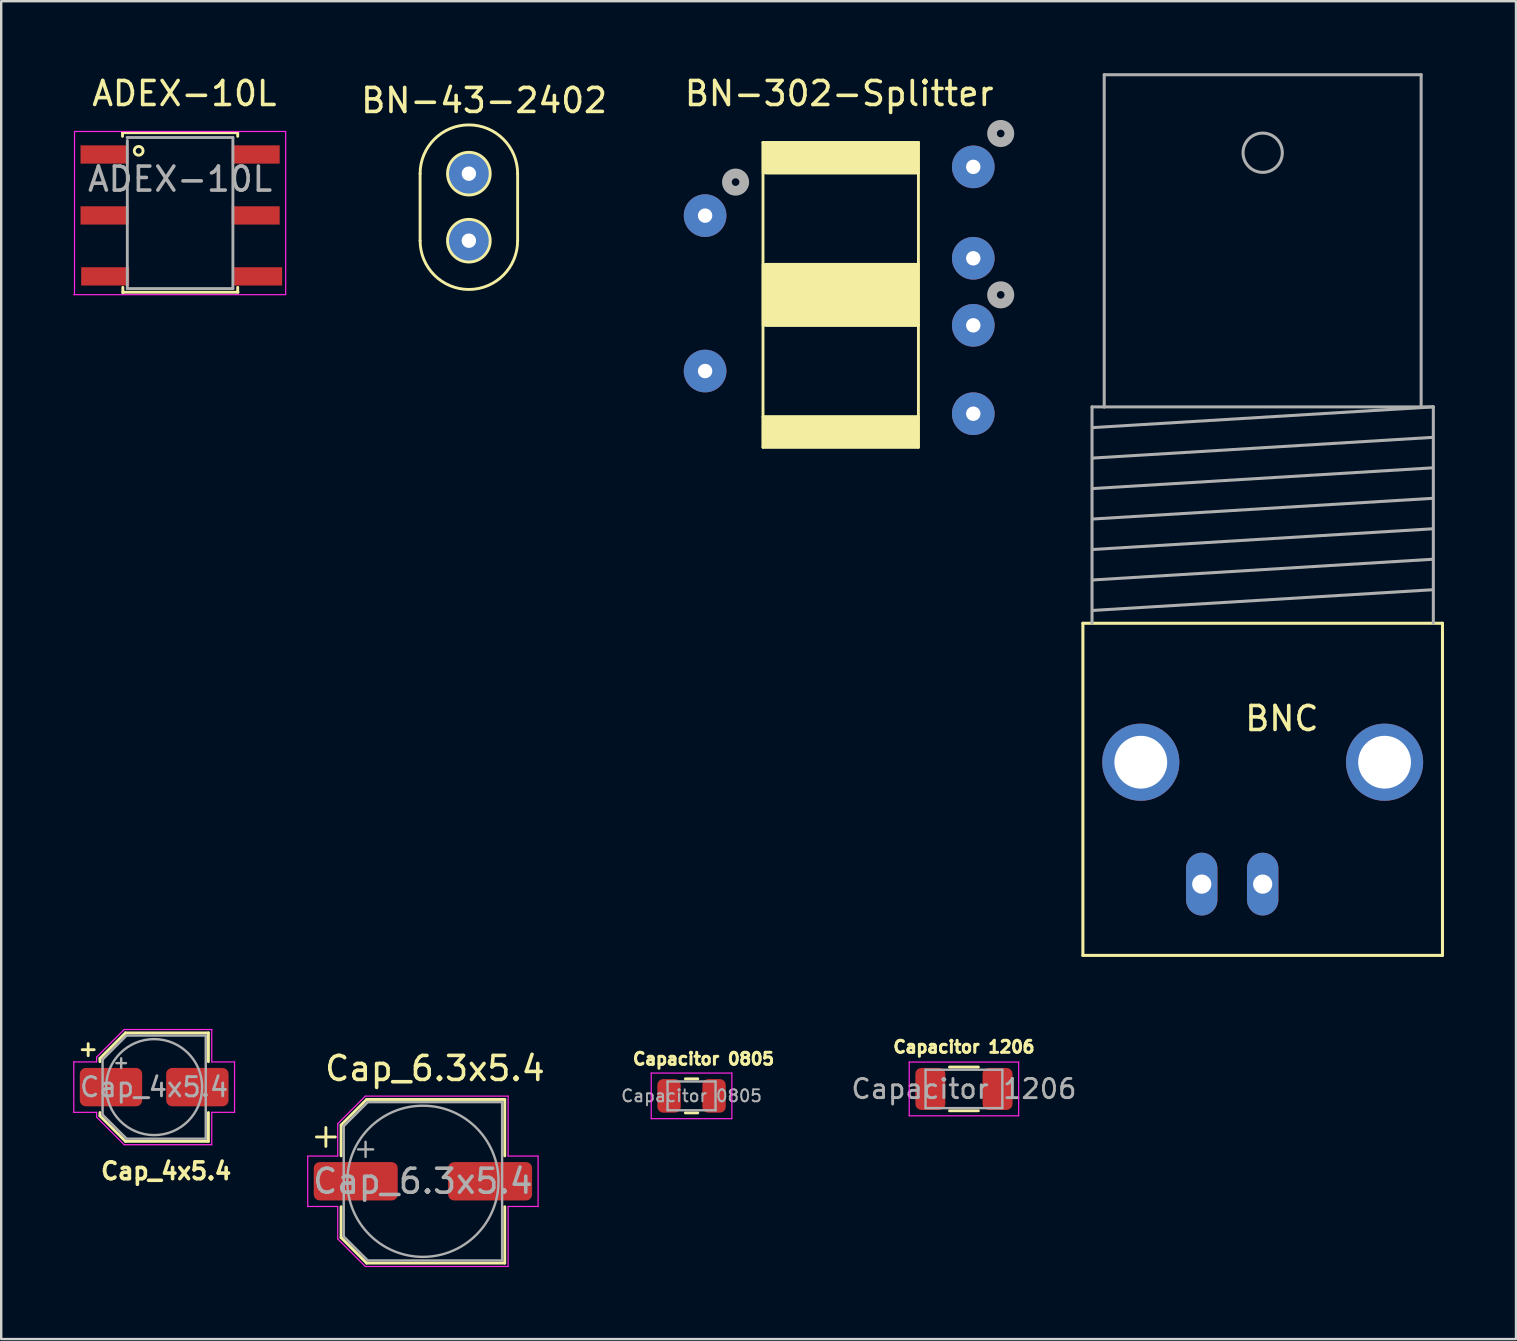
<source format=kicad_pcb>
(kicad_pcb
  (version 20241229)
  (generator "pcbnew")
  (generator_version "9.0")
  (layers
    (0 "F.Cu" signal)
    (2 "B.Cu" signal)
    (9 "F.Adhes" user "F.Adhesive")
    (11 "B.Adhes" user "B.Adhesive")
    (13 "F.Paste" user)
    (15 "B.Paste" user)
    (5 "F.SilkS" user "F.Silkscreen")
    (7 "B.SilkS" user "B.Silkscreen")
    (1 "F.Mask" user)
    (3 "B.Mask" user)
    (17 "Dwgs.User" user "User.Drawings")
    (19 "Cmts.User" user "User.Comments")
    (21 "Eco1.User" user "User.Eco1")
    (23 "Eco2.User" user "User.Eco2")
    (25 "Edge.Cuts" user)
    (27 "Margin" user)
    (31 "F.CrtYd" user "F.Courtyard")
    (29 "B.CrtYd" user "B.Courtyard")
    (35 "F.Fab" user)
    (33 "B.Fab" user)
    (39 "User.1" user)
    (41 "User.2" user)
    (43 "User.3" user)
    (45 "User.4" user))
  (footprint "Cap_4x5.4"
    (layer "F.Cu")
    (at 3.375 41.755)
    (property "Reference" "Cap_4x5.4" (at 0.5 4 0) (layer "F.SilkS") (effects (font (size 0.7 0.7) (thickness 0.15))))
    (attr through_hole)
    (fp_line (start -3 -1.06) (end -2.5 -1.06) (stroke (width 0.12) (type solid)) (layer "F.SilkS"))
    (fp_line (start -2.75 -1.31) (end -2.75 -0.81) (stroke (width 0.12) (type solid)) (layer "F.SilkS"))
    (fp_line (start -2.26 -0.696) (end -2.26 -0.56) (stroke (width 0.12) (type solid)) (layer "F.SilkS"))
    (fp_line (start -2.26 -0.696) (end -1.196 -1.76) (stroke (width 0.12) (type solid)) (layer "F.SilkS"))
    (fp_line (start -2.26 1.696) (end -2.26 1.56) (stroke (width 0.12) (type solid)) (layer "F.SilkS"))
    (fp_line (start -2.26 1.696) (end -1.196 2.76) (stroke (width 0.12) (type solid)) (layer "F.SilkS"))
    (fp_line (start -1.196 -1.76) (end 2.26 -1.76) (stroke (width 0.12) (type solid)) (layer "F.SilkS"))
    (fp_line (start -1.196 2.76) (end 2.26 2.76) (stroke (width 0.12) (type solid)) (layer "F.SilkS"))
    (fp_line (start 2.26 -1.76) (end 2.26 -0.56) (stroke (width 0.12) (type solid)) (layer "F.SilkS"))
    (fp_line (start 2.26 2.76) (end 2.26 1.56) (stroke (width 0.12) (type solid)) (layer "F.SilkS"))
    (fp_line (start -3.35 -0.55) (end -3.35 1.55) (stroke (width 0.05) (type solid)) (layer "F.CrtYd"))
    (fp_line (start -3.35 1.55) (end -2.4 1.55) (stroke (width 0.05) (type solid)) (layer "F.CrtYd"))
    (fp_line (start -2.4 -0.75) (end -2.4 -0.55) (stroke (width 0.05) (type solid)) (layer "F.CrtYd"))
    (fp_line (start -2.4 -0.75) (end -1.25 -1.9) (stroke (width 0.05) (type solid)) (layer "F.CrtYd"))
    (fp_line (start -2.4 -0.55) (end -3.35 -0.55) (stroke (width 0.05) (type solid)) (layer "F.CrtYd"))
    (fp_line (start -2.4 1.55) (end -2.4 1.75) (stroke (width 0.05) (type solid)) (layer "F.CrtYd"))
    (fp_line (start -2.4 1.75) (end -1.25 2.9) (stroke (width 0.05) (type solid)) (layer "F.CrtYd"))
    (fp_line (start -1.25 -1.9) (end 2.4 -1.9) (stroke (width 0.05) (type solid)) (layer "F.CrtYd"))
    (fp_line (start -1.25 2.9) (end 2.4 2.9) (stroke (width 0.05) (type solid)) (layer "F.CrtYd"))
    (fp_line (start 2.4 -1.9) (end 2.4 -0.55) (stroke (width 0.05) (type solid)) (layer "F.CrtYd"))
    (fp_line (start 2.4 -0.55) (end 3.35 -0.55) (stroke (width 0.05) (type solid)) (layer "F.CrtYd"))
    (fp_line (start 2.4 1.55) (end 2.4 2.9) (stroke (width 0.05) (type solid)) (layer "F.CrtYd"))
    (fp_line (start 3.35 -0.55) (end 3.35 1.55) (stroke (width 0.05) (type solid)) (layer "F.CrtYd"))
    (fp_line (start 3.35 1.55) (end 2.4 1.55) (stroke (width 0.05) (type solid)) (layer "F.CrtYd"))
    (fp_line (start -2.15 -0.65) (end -2.15 1.65) (stroke (width 0.1) (type solid)) (layer "F.Fab"))
    (fp_line (start -2.15 -0.65) (end -1.15 -1.65) (stroke (width 0.1) (type solid)) (layer "F.Fab"))
    (fp_line (start -2.15 1.65) (end -1.15 2.65) (stroke (width 0.1) (type solid)) (layer "F.Fab"))
    (fp_line (start -1.575 -0.5) (end -1.175 -0.5) (stroke (width 0.1) (type solid)) (layer "F.Fab"))
    (fp_line (start -1.375 -0.7) (end -1.375 -0.3) (stroke (width 0.1) (type solid)) (layer "F.Fab"))
    (fp_line (start -1.15 -1.65) (end 2.15 -1.65) (stroke (width 0.1) (type solid)) (layer "F.Fab"))
    (fp_line (start -1.15 2.65) (end 2.15 2.65) (stroke (width 0.1) (type solid)) (layer "F.Fab"))
    (fp_line (start 2.15 -1.65) (end 2.15 2.65) (stroke (width 0.1) (type solid)) (layer "F.Fab"))
    (fp_circle (center 0 0.5) (end 2 0.5) (stroke (width 0.1) (type solid)) (fill no) (layer "F.Fab"))
    (fp_text user "${REFERENCE}" (at 0 0.5 0) (layer "F.Fab") (effects (font (size 0.8 0.8) (thickness 0.12))))
    (pad "1" smd roundrect (at -1.8 0.5) (size 2.6 1.6) (layers "F.Cu" "F.Mask" "F.Paste") (roundrect_rratio 0.156))
    (pad "2" smd roundrect (at 1.8 0.5) (size 2.6 1.6) (layers "F.Cu" "F.Mask" "F.Paste") (roundrect_rratio 0.156)))
  (footprint "BN-43-2402"
    (layer "F.Cu")
    (at 16.49 0.25)
    (property "Reference" "BN-43-2402" (at 0.635 0.889 0) (layer "F.SilkS") (effects (font (size 1 1) (thickness 0.15))))
    (attr through_hole)
    (fp_line (start -2.032 3.937) (end -2.032 6.731) (stroke (width 0.12) (type solid)) (layer "F.SilkS"))
    (fp_line (start 2.032 3.937) (end 2.032 6.731) (stroke (width 0.12) (type solid)) (layer "F.SilkS"))
    (fp_arc (start -2.032 3.937) (mid 0 1.905) (end 2.032 3.937) (stroke (width 0.12) (type solid)) (layer "F.SilkS"))
    (fp_arc (start 2.032 6.731) (mid 0 8.763) (end -2.032 6.731) (stroke (width 0.12) (type solid)) (layer "F.SilkS"))
    (fp_circle (center 0 3.937) (end 0.889 3.937) (stroke (width 0.12) (type solid)) (fill no) (layer "F.SilkS"))
    (fp_circle (center 0 6.731) (end 0.889 6.731) (stroke (width 0.12) (type solid)) (fill no) (layer "F.SilkS"))
    (pad "1" thru_hole circle (at 0 3.937) (size 1.778 1.778) (drill 0.6) (layers "*.Cu" "*.Mask"))
    (pad "2" thru_hole circle (at 0 6.731) (size 1.778 1.778) (drill 0.6) (layers "*.Cu" "*.Mask")))
  (footprint "Capacitor 0805"
    (layer "F.Cu")
    (at 25.77 40.08)
    (property "Reference" "Capacitor 0805" (at 0.5 1 0) (layer "F.SilkS") (effects (font (size 0.5 0.5) (thickness 0.125))))
    (attr through_hole)
    (fp_line (start -0.259 1.83) (end 0.259 1.83) (stroke (width 0.12) (type solid)) (layer "F.SilkS"))
    (fp_line (start -0.259 3.25) (end 0.259 3.25) (stroke (width 0.12) (type solid)) (layer "F.SilkS"))
    (fp_line (start -1.68 1.59) (end 1.68 1.59) (stroke (width 0.05) (type solid)) (layer "F.CrtYd"))
    (fp_line (start -1.68 3.49) (end -1.68 1.59) (stroke (width 0.05) (type solid)) (layer "F.CrtYd"))
    (fp_line (start 1.68 1.59) (end 1.68 3.49) (stroke (width 0.05) (type solid)) (layer "F.CrtYd"))
    (fp_line (start 1.68 3.49) (end -1.68 3.49) (stroke (width 0.05) (type solid)) (layer "F.CrtYd"))
    (fp_line (start -1 1.94) (end 1 1.94) (stroke (width 0.1) (type solid)) (layer "F.Fab"))
    (fp_line (start -1 3.14) (end -1 1.94) (stroke (width 0.1) (type solid)) (layer "F.Fab"))
    (fp_line (start 1 1.94) (end 1 3.14) (stroke (width 0.1) (type solid)) (layer "F.Fab"))
    (fp_line (start 1 3.14) (end -1 3.14) (stroke (width 0.1) (type solid)) (layer "F.Fab"))
    (fp_text user "${REFERENCE}" (at 0 2.54 0) (layer "F.Fab") (effects (font (size 0.5 0.5) (thickness 0.08))))
    (pad "1" smd roundrect (at -0.938 2.54) (size 0.975 1.4) (layers "F.Cu" "F.Mask" "F.Paste") (roundrect_rratio 0.25))
    (pad "2" smd roundrect (at 0.938 2.54) (size 0.975 1.4) (layers "F.Cu" "F.Mask" "F.Paste") (roundrect_rratio 0.25)))
  (footprint "BNC"
    (layer "F.Cu")
    (at 49.672 29.895)
    (property "Reference" "BNC" (at 0.7 -3 0) (layer "F.SilkS") (effects (font (size 1 1) (thickness 0.15))))
    (attr through_hole)
    (fp_line (start -7.593 -6.971) (end -7.593 6.872) (stroke (width 0.127) (type solid)) (layer "F.SilkS"))
    (fp_line (start -7.593 6.872) (end 7.393 6.872) (stroke (width 0.127) (type solid)) (layer "F.SilkS"))
    (fp_line (start 7.393 -6.971) (end -7.593 -6.971) (stroke (width 0.127) (type solid)) (layer "F.SilkS"))
    (fp_line (start 7.393 6.872) (end 7.393 -6.971) (stroke (width 0.127) (type solid)) (layer "F.SilkS"))
    (fp_line (start -7.212 -15.988) (end -6.704 -15.988) (stroke (width 0.127) (type solid)) (layer "F.Fab"))
    (fp_line (start -7.212 -6.971) (end -7.212 -15.988) (stroke (width 0.127) (type solid)) (layer "F.Fab"))
    (fp_line (start -7.187 -15.125) (end 6.987 -15.988) (stroke (width 0.127) (type solid)) (layer "F.Fab"))
    (fp_line (start -7.187 -13.855) (end 6.987 -14.718) (stroke (width 0.127) (type solid)) (layer "F.Fab"))
    (fp_line (start -7.187 -12.585) (end 6.987 -13.448) (stroke (width 0.127) (type solid)) (layer "F.Fab"))
    (fp_line (start -7.187 -11.315) (end 6.987 -12.178) (stroke (width 0.127) (type solid)) (layer "F.Fab"))
    (fp_line (start -7.187 -10.045) (end 6.987 -10.908) (stroke (width 0.127) (type solid)) (layer "F.Fab"))
    (fp_line (start -7.187 -8.775) (end 6.987 -9.638) (stroke (width 0.127) (type solid)) (layer "F.Fab"))
    (fp_line (start -7.187 -7.505) (end 6.987 -8.368) (stroke (width 0.127) (type solid)) (layer "F.Fab"))
    (fp_line (start -6.704 -29.831) (end -6.704 -15.988) (stroke (width 0.127) (type solid)) (layer "F.Fab"))
    (fp_line (start -6.704 -15.988) (end 6.504 -15.988) (stroke (width 0.127) (type solid)) (layer "F.Fab"))
    (fp_line (start 6.504 -29.831) (end -6.704 -29.831) (stroke (width 0.127) (type solid)) (layer "F.Fab"))
    (fp_line (start 6.504 -15.988) (end 6.504 -29.831) (stroke (width 0.127) (type solid)) (layer "F.Fab"))
    (fp_line (start 6.504 -15.988) (end 6.987 -15.988) (stroke (width 0.127) (type solid)) (layer "F.Fab"))
    (fp_line (start 6.987 -15.988) (end 7.012 -15.988) (stroke (width 0.127) (type solid)) (layer "F.Fab"))
    (fp_line (start 7.012 -15.988) (end 7.012 -6.971) (stroke (width 0.127) (type solid)) (layer "F.Fab"))
    (fp_circle (center -0.1 -26.58) (end 0.718 -26.58) (stroke (width 0.127) (type solid)) (fill no) (layer "F.Fab"))
    (pad "3" thru_hole circle (at -5.18 -1.18) (size 3.216 3.216) (drill 2.2) (layers "*.Cu" "*.Mask"))
    (pad "4" thru_hole circle (at 4.98 -1.18) (size 3.216 3.216) (drill 2.2) (layers "*.Cu" "*.Mask"))
    (pad "GND" thru_hole oval (at -2.64 3.9 90) (size 2.616 1.308) (drill 0.8) (layers "*.Cu" "*.Mask"))
    (pad "S" thru_hole oval (at -0.1 3.9 90) (size 2.616 1.308) (drill 0.8) (layers "*.Cu" "*.Mask")))
  (footprint "ADEX-10L"
    (layer "F.Cu")
    (at 4.634 2.118)
    (property "Reference" "ADEX-10L" (at 0 -1.27 0) (layer "F.SilkS") (effects (font (size 1 1) (thickness 0.15))))
    (attr through_hole)
    (fp_line (start -2.578 0.362) (end 2.222 0.362) (stroke (width 0.12) (type solid)) (layer "F.SilkS"))
    (fp_line (start -2.578 0.512) (end -2.578 0.362) (stroke (width 0.12) (type solid)) (layer "F.SilkS"))
    (fp_line (start -2.565 7.036) (end -2.565 6.807) (stroke (width 0.12) (type solid)) (layer "F.SilkS"))
    (fp_line (start 2.222 0.362) (end 2.222 0.512) (stroke (width 0.12) (type solid)) (layer "F.SilkS"))
    (fp_line (start 2.222 6.807) (end 2.222 7.01) (stroke (width 0.12) (type solid)) (layer "F.SilkS"))
    (fp_line (start 2.235 7.01) (end -2.565 7.01) (stroke (width 0.12) (type solid)) (layer "F.SilkS"))
    (fp_circle (center -1.905 1.118) (end -1.753 1.016) (stroke (width 0.12) (type solid)) (fill no) (layer "F.SilkS"))
    (fp_line (start -4.578 0.312) (end -4.578 7.112) (stroke (width 0.05) (type solid)) (layer "F.CrtYd"))
    (fp_line (start -4.578 0.312) (end 4.222 0.312) (stroke (width 0.05) (type solid)) (layer "F.CrtYd"))
    (fp_line (start 4.191 7.112) (end -4.609 7.112) (stroke (width 0.05) (type solid)) (layer "F.CrtYd"))
    (fp_line (start 4.222 7.112) (end 4.222 0.312) (stroke (width 0.05) (type solid)) (layer "F.CrtYd"))
    (fp_line (start -2.388 0.562) (end 2.022 0.562) (stroke (width 0.12) (type solid)) (layer "F.Fab"))
    (fp_line (start -2.378 6.858) (end -2.378 0.686) (stroke (width 0.12) (type solid)) (layer "F.Fab"))
    (fp_line (start 2.022 0.562) (end 2.022 6.858) (stroke (width 0.12) (type solid)) (layer "F.Fab"))
    (fp_line (start 2.022 6.858) (end -2.378 6.858) (stroke (width 0.12) (type solid)) (layer "F.Fab"))
    (fp_text user "${REFERENCE}" (at -0.178 2.297 0) (layer "F.Fab") (effects (font (size 1 1) (thickness 0.15))))
    (pad "1" smd rect (at -3.328 1.27) (size 2 0.762) (layers "F.Cu" "F.Mask" "F.Paste"))
    (pad "2" smd rect (at -3.328 3.81) (size 2 0.762) (layers "F.Cu" "F.Mask" "F.Paste"))
    (pad "3" smd rect (at -3.302 6.35) (size 2 0.762) (layers "F.Cu" "F.Mask" "F.Paste"))
    (pad "4" smd rect (at 3.073 6.35) (size 2 0.762) (layers "F.Cu" "F.Mask" "F.Paste"))
    (pad "5" smd rect (at 2.972 3.81) (size 2 0.762) (layers "F.Cu" "F.Mask" "F.Paste"))
    (pad "6" smd rect (at 2.972 1.27) (size 2 0.762) (layers "F.Cu" "F.Mask" "F.Paste")))
  (footprint "BN-302-Splitter"
    (layer "F.Cu")
    (at 31.923 0.348)
    (property "Reference" "BN-302-Splitter" (at 0 0.5 0) (layer "F.SilkS") (effects (font (size 1 1) (thickness 0.15))))
    (attr through_hole)
    (fp_line (start -3.175 2.54) (end 3.302 2.54) (stroke (width 0.12) (type solid)) (layer "F.SilkS"))
    (fp_line (start -3.175 13.97) (end 3.302 13.97) (stroke (width 0.12) (type solid)) (layer "F.SilkS"))
    (fp_line (start -3.175 15.24) (end -3.175 2.54) (stroke (width 0.12) (type solid)) (layer "F.SilkS"))
    (fp_line (start -3.048 3.81) (end 3.302 3.81) (stroke (width 0.12) (type solid)) (layer "F.SilkS"))
    (fp_line (start -3.048 7.62) (end 3.302 7.62) (stroke (width 0.12) (type solid)) (layer "F.SilkS"))
    (fp_line (start -3.048 10.16) (end 3.302 10.16) (stroke (width 0.12) (type solid)) (layer "F.SilkS"))
    (fp_line (start 3.302 2.54) (end 3.302 15.24) (stroke (width 0.12) (type solid)) (layer "F.SilkS"))
    (fp_line (start 3.302 15.24) (end -3.175 15.24) (stroke (width 0.12) (type solid)) (layer "F.SilkS"))
    (fp_poly (pts (xy 3.302 3.81) (xy -3.175 3.81) (xy -3.175 2.54) (xy 3.302 2.54)) (stroke (width 0.1) (type solid)) (fill yes) (layer "F.SilkS"))
    (fp_poly (pts (xy 3.302 10.16) (xy -3.175 10.16) (xy -3.175 7.62) (xy 3.302 7.62)) (stroke (width 0.1) (type solid)) (fill yes) (layer "F.SilkS"))
    (fp_poly (pts (xy 3.302 15.24) (xy -3.175 15.24) (xy -3.175 13.97) (xy 3.302 13.97)) (stroke (width 0.1) (type solid)) (fill yes) (layer "F.SilkS"))
    (fp_circle (center -4.318 4.191) (end -4.159 4.191) (stroke (width 0.406) (type solid)) (fill no) (layer "F.Fab"))
    (fp_circle (center 6.731 2.166) (end 6.89 2.166) (stroke (width 0.406) (type solid)) (fill no) (layer "F.Fab"))
    (fp_circle (center 6.731 8.89) (end 6.89 8.89) (stroke (width 0.406) (type solid)) (fill no) (layer "F.Fab"))
    (pad "C1A" thru_hole circle (at -5.588 5.588) (size 1.778 1.778) (drill 0.6) (layers "*.Cu" "*.Mask"))
    (pad "C1B" thru_hole circle (at -5.588 12.065) (size 1.778 1.778) (drill 0.6) (layers "*.Cu" "*.Mask"))
    (pad "C2A" thru_hole circle (at 5.588 3.556) (size 1.778 1.778) (drill 0.6) (layers "*.Cu" "*.Mask"))
    (pad "C2B" thru_hole circle (at 5.588 7.366) (size 1.778 1.778) (drill 0.6) (layers "*.Cu" "*.Mask"))
    (pad "C3A" thru_hole circle (at 5.588 10.16) (size 1.778 1.778) (drill 0.6) (layers "*.Cu" "*.Mask"))
    (pad "C3B" thru_hole circle (at 5.588 13.843) (size 1.778 1.778) (drill 0.6) (layers "*.Cu" "*.Mask")))
  (footprint "Capacitor 1206"
    (layer "F.Cu")
    (at 37.122 40.08)
    (property "Reference" "Capacitor 1206" (at 0 0.5 0) (layer "F.SilkS") (effects (font (size 0.5 0.5) (thickness 0.125))))
    (attr through_hole)
    (fp_line (start -0.602 1.34) (end 0.602 1.34) (stroke (width 0.12) (type solid)) (layer "F.SilkS"))
    (fp_line (start -0.602 3.16) (end 0.602 3.16) (stroke (width 0.12) (type solid)) (layer "F.SilkS"))
    (fp_line (start -2.28 1.13) (end 2.28 1.13) (stroke (width 0.05) (type solid)) (layer "F.CrtYd"))
    (fp_line (start -2.28 3.37) (end -2.28 1.13) (stroke (width 0.05) (type solid)) (layer "F.CrtYd"))
    (fp_line (start 2.28 1.13) (end 2.28 3.37) (stroke (width 0.05) (type solid)) (layer "F.CrtYd"))
    (fp_line (start 2.28 3.37) (end -2.28 3.37) (stroke (width 0.05) (type solid)) (layer "F.CrtYd"))
    (fp_line (start -1.6 1.45) (end 1.6 1.45) (stroke (width 0.1) (type solid)) (layer "F.Fab"))
    (fp_line (start -1.6 3.05) (end -1.6 1.45) (stroke (width 0.1) (type solid)) (layer "F.Fab"))
    (fp_line (start 1.6 1.45) (end 1.6 3.05) (stroke (width 0.1) (type solid)) (layer "F.Fab"))
    (fp_line (start 1.6 3.05) (end -1.6 3.05) (stroke (width 0.1) (type solid)) (layer "F.Fab"))
    (fp_text user "${REFERENCE}" (at 0 2.25 0) (layer "F.Fab") (effects (font (size 0.8 0.8) (thickness 0.12))))
    (pad "1" smd roundrect (at -1.4 2.25) (size 1.25 1.75) (layers "F.Cu" "F.Mask" "F.Paste") (roundrect_rratio 0.2))
    (pad "2" smd roundrect (at 1.4 2.25) (size 1.25 1.75) (layers "F.Cu" "F.Mask" "F.Paste") (roundrect_rratio 0.2)))
  (footprint "Cap_6.3x5.4"
    (layer "F.Cu")
    (at 14.475 40.08)
    (property "Reference" "Cap_6.3x5.4" (at 0.6 1.4 0) (layer "F.SilkS") (effects (font (size 1 1) (thickness 0.15))))
    (attr through_hole)
    (fp_line (start -4.338 4.253) (end -3.55 4.253) (stroke (width 0.12) (type solid)) (layer "F.SilkS"))
    (fp_line (start -3.944 3.859) (end -3.944 4.646) (stroke (width 0.12) (type solid)) (layer "F.SilkS"))
    (fp_line (start -3.31 3.754) (end -3.31 5.04) (stroke (width 0.12) (type solid)) (layer "F.SilkS"))
    (fp_line (start -3.31 3.754) (end -2.246 2.69) (stroke (width 0.12) (type solid)) (layer "F.SilkS"))
    (fp_line (start -3.31 8.446) (end -3.31 7.16) (stroke (width 0.12) (type solid)) (layer "F.SilkS"))
    (fp_line (start -3.31 8.446) (end -2.246 9.51) (stroke (width 0.12) (type solid)) (layer "F.SilkS"))
    (fp_line (start -2.246 2.69) (end 3.51 2.69) (stroke (width 0.12) (type solid)) (layer "F.SilkS"))
    (fp_line (start -2.246 9.51) (end 3.51 9.51) (stroke (width 0.12) (type solid)) (layer "F.SilkS"))
    (fp_line (start 3.51 2.69) (end 3.51 5.04) (stroke (width 0.12) (type solid)) (layer "F.SilkS"))
    (fp_line (start 3.51 9.51) (end 3.51 7.16) (stroke (width 0.12) (type solid)) (layer "F.SilkS"))
    (fp_line (start -4.7 5.05) (end -4.7 7.15) (stroke (width 0.05) (type solid)) (layer "F.CrtYd"))
    (fp_line (start -4.7 7.15) (end -3.45 7.15) (stroke (width 0.05) (type solid)) (layer "F.CrtYd"))
    (fp_line (start -3.45 3.7) (end -3.45 5.05) (stroke (width 0.05) (type solid)) (layer "F.CrtYd"))
    (fp_line (start -3.45 3.7) (end -2.3 2.55) (stroke (width 0.05) (type solid)) (layer "F.CrtYd"))
    (fp_line (start -3.45 5.05) (end -4.7 5.05) (stroke (width 0.05) (type solid)) (layer "F.CrtYd"))
    (fp_line (start -3.45 7.15) (end -3.45 8.5) (stroke (width 0.05) (type solid)) (layer "F.CrtYd"))
    (fp_line (start -3.45 8.5) (end -2.3 9.65) (stroke (width 0.05) (type solid)) (layer "F.CrtYd"))
    (fp_line (start -2.3 2.55) (end 3.65 2.55) (stroke (width 0.05) (type solid)) (layer "F.CrtYd"))
    (fp_line (start -2.3 9.65) (end 3.65 9.65) (stroke (width 0.05) (type solid)) (layer "F.CrtYd"))
    (fp_line (start 3.65 2.55) (end 3.65 5.05) (stroke (width 0.05) (type solid)) (layer "F.CrtYd"))
    (fp_line (start 3.65 5.05) (end 4.9 5.05) (stroke (width 0.05) (type solid)) (layer "F.CrtYd"))
    (fp_line (start 3.65 7.15) (end 3.65 9.65) (stroke (width 0.05) (type solid)) (layer "F.CrtYd"))
    (fp_line (start 4.9 5.05) (end 4.9 7.15) (stroke (width 0.05) (type solid)) (layer "F.CrtYd"))
    (fp_line (start 4.9 7.15) (end 3.65 7.15) (stroke (width 0.05) (type solid)) (layer "F.CrtYd"))
    (fp_line (start -3.2 3.8) (end -3.2 8.4) (stroke (width 0.1) (type solid)) (layer "F.Fab"))
    (fp_line (start -3.2 3.8) (end -2.2 2.8) (stroke (width 0.1) (type solid)) (layer "F.Fab"))
    (fp_line (start -3.2 8.4) (end -2.2 9.4) (stroke (width 0.1) (type solid)) (layer "F.Fab"))
    (fp_line (start -2.605 4.77) (end -1.975 4.77) (stroke (width 0.1) (type solid)) (layer "F.Fab"))
    (fp_line (start -2.29 4.455) (end -2.29 5.085) (stroke (width 0.1) (type solid)) (layer "F.Fab"))
    (fp_line (start -2.2 2.8) (end 3.4 2.8) (stroke (width 0.1) (type solid)) (layer "F.Fab"))
    (fp_line (start -2.2 9.4) (end 3.4 9.4) (stroke (width 0.1) (type solid)) (layer "F.Fab"))
    (fp_line (start 3.4 2.8) (end 3.4 9.4) (stroke (width 0.1) (type solid)) (layer "F.Fab"))
    (fp_circle (center 0.1 6.1) (end 3.25 6.1) (stroke (width 0.1) (type solid)) (fill no) (layer "F.Fab"))
    (fp_text user "${REFERENCE}" (at 0.1 6.1 0) (layer "F.Fab") (effects (font (size 1 1) (thickness 0.15))))
    (pad "1" smd roundrect (at -2.7 6.1) (size 3.5 1.6) (layers "F.Cu" "F.Mask" "F.Paste") (roundrect_rratio 0.156))
    (pad "2" smd roundrect (at 2.9 6.1) (size 3.5 1.6) (layers "F.Cu" "F.Mask" "F.Paste") (roundrect_rratio 0.156)))
  (gr_rect
    (start -3 -3)
    (end 60.129 52.755)
    (stroke (width 0.1) (type default))
    (fill no)
    (layer "Edge.Cuts")))
</source>
